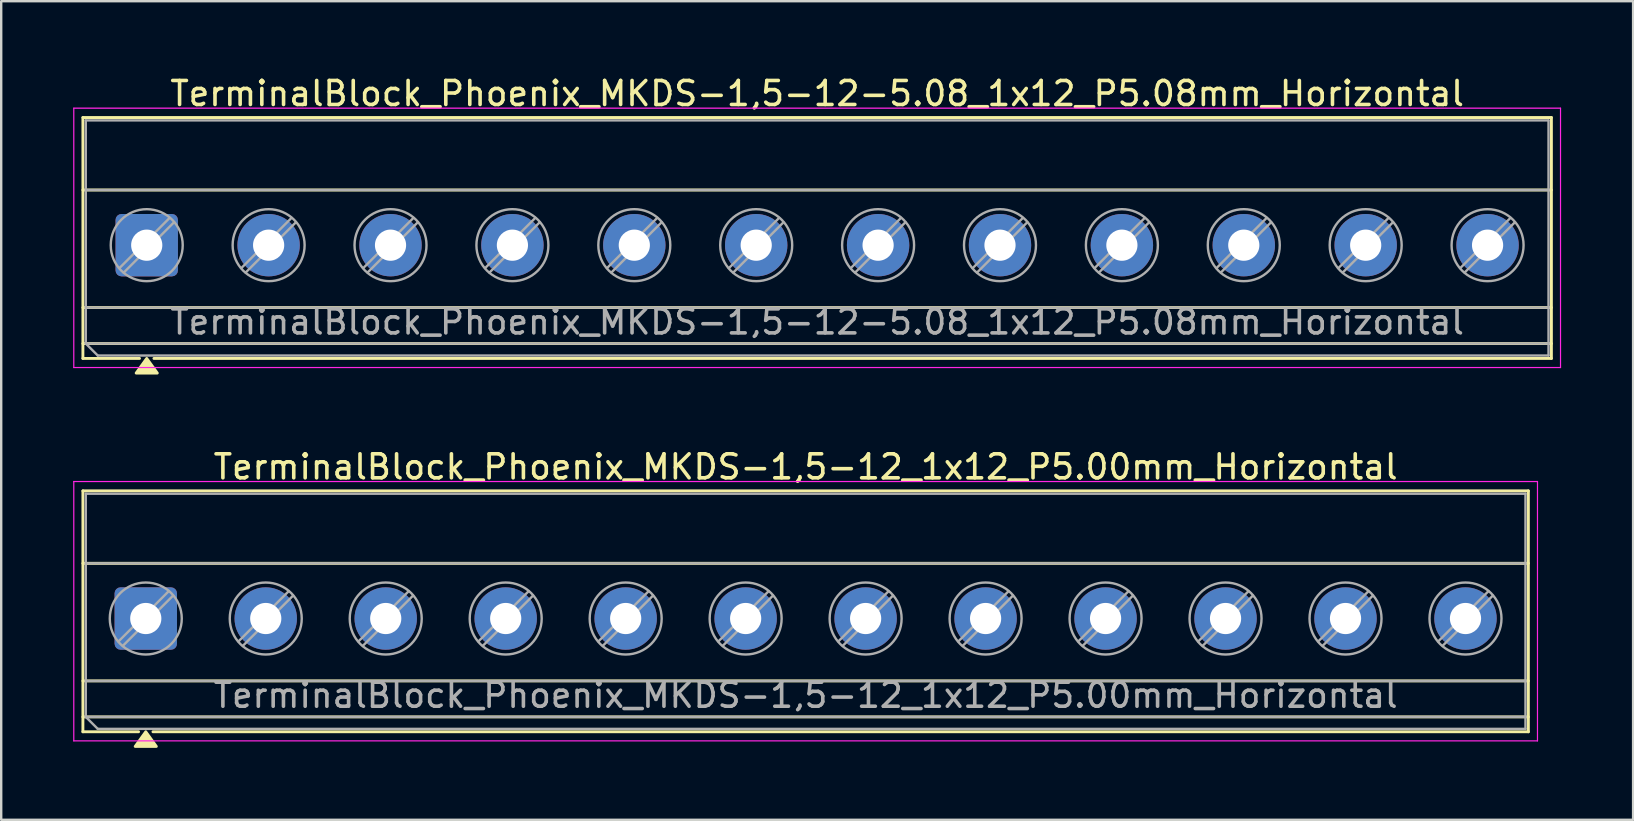
<source format=kicad_pcb>
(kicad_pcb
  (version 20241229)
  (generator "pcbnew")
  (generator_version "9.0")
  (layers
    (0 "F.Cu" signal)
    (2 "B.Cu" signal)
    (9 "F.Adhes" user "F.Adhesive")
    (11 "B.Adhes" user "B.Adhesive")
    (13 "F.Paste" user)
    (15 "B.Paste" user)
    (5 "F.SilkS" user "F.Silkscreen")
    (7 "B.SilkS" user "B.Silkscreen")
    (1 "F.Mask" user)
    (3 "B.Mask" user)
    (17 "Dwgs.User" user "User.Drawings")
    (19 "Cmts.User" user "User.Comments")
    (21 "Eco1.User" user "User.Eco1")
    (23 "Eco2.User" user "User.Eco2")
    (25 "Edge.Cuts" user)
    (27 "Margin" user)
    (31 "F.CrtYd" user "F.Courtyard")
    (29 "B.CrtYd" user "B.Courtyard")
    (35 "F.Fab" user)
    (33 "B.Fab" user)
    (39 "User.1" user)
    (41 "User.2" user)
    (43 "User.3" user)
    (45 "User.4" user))
  (footprint "TerminalBlock_Phoenix_MKDS-1,5-12_1x12_P5.00mm_Horizontal"
    (layer "F.Cu")
    (at 3.025 22.727)
    (property "Reference" "TerminalBlock_Phoenix_MKDS-1,5-12_1x12_P5.00mm_Horizontal" (at 27.5 -6.32 0) (layer "F.SilkS") (effects (font (size 1 1) (thickness 0.15))))
    (attr through_hole)
    (fp_line (start -2.62 -5.32) (end -2.62 4.72) (stroke (width 0.12) (type solid)) (layer "F.SilkS"))
    (fp_line (start -2.62 -5.32) (end 57.62 -5.32) (stroke (width 0.12) (type solid)) (layer "F.SilkS"))
    (fp_line (start -2.62 -2.3) (end 57.62 -2.3) (stroke (width 0.12) (type solid)) (layer "F.SilkS"))
    (fp_line (start -2.62 2.6) (end 57.62 2.6) (stroke (width 0.12) (type solid)) (layer "F.SilkS"))
    (fp_line (start -2.62 4.1) (end 57.62 4.1) (stroke (width 0.12) (type solid)) (layer "F.SilkS"))
    (fp_line (start -2.62 4.72) (end -0.3 4.72) (stroke (width 0.12) (type solid)) (layer "F.SilkS"))
    (fp_line (start 0.3 4.72) (end 57.62 4.72) (stroke (width 0.12) (type solid)) (layer "F.SilkS"))
    (fp_line (start 57.62 -5.32) (end 57.62 4.72) (stroke (width 0.12) (type solid)) (layer "F.SilkS"))
    (fp_poly (pts (xy 0 4.72) (xy 0.44 5.33) (xy -0.44 5.33)) (stroke (width 0.12) (type solid)) (fill yes) (layer "F.SilkS"))
    (fp_line (start -3 -5.71) (end -3 5.1) (stroke (width 0.05) (type solid)) (layer "F.CrtYd"))
    (fp_line (start -3 5.1) (end 58 5.1) (stroke (width 0.05) (type solid)) (layer "F.CrtYd"))
    (fp_line (start 58 -5.71) (end -3 -5.71) (stroke (width 0.05) (type solid)) (layer "F.CrtYd"))
    (fp_line (start 58 5.1) (end 58 -5.71) (stroke (width 0.05) (type solid)) (layer "F.CrtYd"))
    (fp_line (start -2.5 -5.2) (end 57.5 -5.2) (stroke (width 0.1) (type solid)) (layer "F.Fab"))
    (fp_line (start -2.5 -2.3) (end 57.5 -2.3) (stroke (width 0.1) (type solid)) (layer "F.Fab"))
    (fp_line (start -2.5 2.6) (end 57.5 2.6) (stroke (width 0.1) (type solid)) (layer "F.Fab"))
    (fp_line (start -2.5 4.1) (end -2.5 -5.2) (stroke (width 0.1) (type solid)) (layer "F.Fab"))
    (fp_line (start -2.5 4.1) (end 57.5 4.1) (stroke (width 0.1) (type solid)) (layer "F.Fab"))
    (fp_line (start -2 4.6) (end -2.5 4.1) (stroke (width 0.1) (type solid)) (layer "F.Fab"))
    (fp_line (start 0.955 -1.138) (end -1.138 0.955) (stroke (width 0.1) (type solid)) (layer "F.Fab"))
    (fp_line (start 1.138 -0.955) (end -0.955 1.138) (stroke (width 0.1) (type solid)) (layer "F.Fab"))
    (fp_line (start 5.955 -1.138) (end 3.862 0.955) (stroke (width 0.1) (type solid)) (layer "F.Fab"))
    (fp_line (start 6.138 -0.955) (end 4.045 1.138) (stroke (width 0.1) (type solid)) (layer "F.Fab"))
    (fp_line (start 10.955 -1.138) (end 8.862 0.955) (stroke (width 0.1) (type solid)) (layer "F.Fab"))
    (fp_line (start 11.138 -0.955) (end 9.045 1.138) (stroke (width 0.1) (type solid)) (layer "F.Fab"))
    (fp_line (start 15.955 -1.138) (end 13.862 0.955) (stroke (width 0.1) (type solid)) (layer "F.Fab"))
    (fp_line (start 16.138 -0.955) (end 14.045 1.138) (stroke (width 0.1) (type solid)) (layer "F.Fab"))
    (fp_line (start 20.955 -1.138) (end 18.862 0.955) (stroke (width 0.1) (type solid)) (layer "F.Fab"))
    (fp_line (start 21.138 -0.955) (end 19.045 1.138) (stroke (width 0.1) (type solid)) (layer "F.Fab"))
    (fp_line (start 25.955 -1.138) (end 23.862 0.955) (stroke (width 0.1) (type solid)) (layer "F.Fab"))
    (fp_line (start 26.138 -0.955) (end 24.045 1.138) (stroke (width 0.1) (type solid)) (layer "F.Fab"))
    (fp_line (start 30.955 -1.138) (end 28.862 0.955) (stroke (width 0.1) (type solid)) (layer "F.Fab"))
    (fp_line (start 31.138 -0.955) (end 29.045 1.138) (stroke (width 0.1) (type solid)) (layer "F.Fab"))
    (fp_line (start 35.955 -1.138) (end 33.862 0.955) (stroke (width 0.1) (type solid)) (layer "F.Fab"))
    (fp_line (start 36.138 -0.955) (end 34.045 1.138) (stroke (width 0.1) (type solid)) (layer "F.Fab"))
    (fp_line (start 40.955 -1.138) (end 38.862 0.955) (stroke (width 0.1) (type solid)) (layer "F.Fab"))
    (fp_line (start 41.138 -0.955) (end 39.045 1.138) (stroke (width 0.1) (type solid)) (layer "F.Fab"))
    (fp_line (start 45.955 -1.138) (end 43.862 0.955) (stroke (width 0.1) (type solid)) (layer "F.Fab"))
    (fp_line (start 46.138 -0.955) (end 44.045 1.138) (stroke (width 0.1) (type solid)) (layer "F.Fab"))
    (fp_line (start 50.955 -1.138) (end 48.862 0.955) (stroke (width 0.1) (type solid)) (layer "F.Fab"))
    (fp_line (start 51.138 -0.955) (end 49.045 1.138) (stroke (width 0.1) (type solid)) (layer "F.Fab"))
    (fp_line (start 55.955 -1.138) (end 53.862 0.955) (stroke (width 0.1) (type solid)) (layer "F.Fab"))
    (fp_line (start 56.138 -0.955) (end 54.045 1.138) (stroke (width 0.1) (type solid)) (layer "F.Fab"))
    (fp_line (start 57.5 -5.2) (end 57.5 4.6) (stroke (width 0.1) (type solid)) (layer "F.Fab"))
    (fp_line (start 57.5 4.6) (end -2 4.6) (stroke (width 0.1) (type solid)) (layer "F.Fab"))
    (fp_circle (center 0 0) (end 1.5 0) (stroke (width 0.1) (type solid)) (fill no) (layer "F.Fab"))
    (fp_circle (center 5 0) (end 6.5 0) (stroke (width 0.1) (type solid)) (fill no) (layer "F.Fab"))
    (fp_circle (center 10 0) (end 11.5 0) (stroke (width 0.1) (type solid)) (fill no) (layer "F.Fab"))
    (fp_circle (center 15 0) (end 16.5 0) (stroke (width 0.1) (type solid)) (fill no) (layer "F.Fab"))
    (fp_circle (center 20 0) (end 21.5 0) (stroke (width 0.1) (type solid)) (fill no) (layer "F.Fab"))
    (fp_circle (center 25 0) (end 26.5 0) (stroke (width 0.1) (type solid)) (fill no) (layer "F.Fab"))
    (fp_circle (center 30 0) (end 31.5 0) (stroke (width 0.1) (type solid)) (fill no) (layer "F.Fab"))
    (fp_circle (center 35 0) (end 36.5 0) (stroke (width 0.1) (type solid)) (fill no) (layer "F.Fab"))
    (fp_circle (center 40 0) (end 41.5 0) (stroke (width 0.1) (type solid)) (fill no) (layer "F.Fab"))
    (fp_circle (center 45 0) (end 46.5 0) (stroke (width 0.1) (type solid)) (fill no) (layer "F.Fab"))
    (fp_circle (center 50 0) (end 51.5 0) (stroke (width 0.1) (type solid)) (fill no) (layer "F.Fab"))
    (fp_circle (center 55 0) (end 56.5 0) (stroke (width 0.1) (type solid)) (fill no) (layer "F.Fab"))
    (fp_text user "${REFERENCE}" (at 27.5 3.2 0) (layer "F.Fab") (effects (font (size 1 1) (thickness 0.15))))
    (pad "1" thru_hole roundrect (at 0 0) (size 2.6 2.6) (drill 1.3) (layers "*.Cu" "*.Mask") (roundrect_rratio 0.096))
    (pad "2" thru_hole circle (at 5 0) (size 2.6 2.6) (drill 1.3) (layers "*.Cu" "*.Mask"))
    (pad "3" thru_hole circle (at 10 0) (size 2.6 2.6) (drill 1.3) (layers "*.Cu" "*.Mask"))
    (pad "4" thru_hole circle (at 15 0) (size 2.6 2.6) (drill 1.3) (layers "*.Cu" "*.Mask"))
    (pad "5" thru_hole circle (at 20 0) (size 2.6 2.6) (drill 1.3) (layers "*.Cu" "*.Mask"))
    (pad "6" thru_hole circle (at 25 0) (size 2.6 2.6) (drill 1.3) (layers "*.Cu" "*.Mask"))
    (pad "7" thru_hole circle (at 30 0) (size 2.6 2.6) (drill 1.3) (layers "*.Cu" "*.Mask"))
    (pad "8" thru_hole circle (at 35 0) (size 2.6 2.6) (drill 1.3) (layers "*.Cu" "*.Mask"))
    (pad "9" thru_hole circle (at 40 0) (size 2.6 2.6) (drill 1.3) (layers "*.Cu" "*.Mask"))
    (pad "10" thru_hole circle (at 45 0) (size 2.6 2.6) (drill 1.3) (layers "*.Cu" "*.Mask"))
    (pad "11" thru_hole circle (at 50 0) (size 2.6 2.6) (drill 1.3) (layers "*.Cu" "*.Mask"))
    (pad "12" thru_hole circle (at 55 0) (size 2.6 2.6) (drill 1.3) (layers "*.Cu" "*.Mask")))
  (footprint "TerminalBlock_Phoenix_MKDS-1,5-12-5.08_1x12_P5.08mm_Horizontal"
    (layer "F.Cu")
    (at 3.065 7.168)
    (property "Reference" "TerminalBlock_Phoenix_MKDS-1,5-12-5.08_1x12_P5.08mm_Horizontal" (at 27.94 -6.32 0) (layer "F.SilkS") (effects (font (size 1 1) (thickness 0.15))))
    (attr through_hole)
    (fp_line (start -2.66 -5.32) (end -2.66 4.72) (stroke (width 0.12) (type solid)) (layer "F.SilkS"))
    (fp_line (start -2.66 -5.32) (end 58.54 -5.32) (stroke (width 0.12) (type solid)) (layer "F.SilkS"))
    (fp_line (start -2.66 -2.3) (end 58.54 -2.3) (stroke (width 0.12) (type solid)) (layer "F.SilkS"))
    (fp_line (start -2.66 2.6) (end 58.54 2.6) (stroke (width 0.12) (type solid)) (layer "F.SilkS"))
    (fp_line (start -2.66 4.1) (end 58.54 4.1) (stroke (width 0.12) (type solid)) (layer "F.SilkS"))
    (fp_line (start -2.66 4.72) (end -0.3 4.72) (stroke (width 0.12) (type solid)) (layer "F.SilkS"))
    (fp_line (start 0.3 4.72) (end 58.54 4.72) (stroke (width 0.12) (type solid)) (layer "F.SilkS"))
    (fp_line (start 58.54 -5.32) (end 58.54 4.72) (stroke (width 0.12) (type solid)) (layer "F.SilkS"))
    (fp_poly (pts (xy 0 4.72) (xy 0.44 5.33) (xy -0.44 5.33)) (stroke (width 0.12) (type solid)) (fill yes) (layer "F.SilkS"))
    (fp_line (start -3.04 -5.71) (end -3.04 5.1) (stroke (width 0.05) (type solid)) (layer "F.CrtYd"))
    (fp_line (start -3.04 5.1) (end 58.92 5.1) (stroke (width 0.05) (type solid)) (layer "F.CrtYd"))
    (fp_line (start 58.92 -5.71) (end -3.04 -5.71) (stroke (width 0.05) (type solid)) (layer "F.CrtYd"))
    (fp_line (start 58.92 5.1) (end 58.92 -5.71) (stroke (width 0.05) (type solid)) (layer "F.CrtYd"))
    (fp_line (start -2.54 -5.2) (end 58.42 -5.2) (stroke (width 0.1) (type solid)) (layer "F.Fab"))
    (fp_line (start -2.54 -2.3) (end 58.42 -2.3) (stroke (width 0.1) (type solid)) (layer "F.Fab"))
    (fp_line (start -2.54 2.6) (end 58.42 2.6) (stroke (width 0.1) (type solid)) (layer "F.Fab"))
    (fp_line (start -2.54 4.1) (end -2.54 -5.2) (stroke (width 0.1) (type solid)) (layer "F.Fab"))
    (fp_line (start -2.54 4.1) (end 58.42 4.1) (stroke (width 0.1) (type solid)) (layer "F.Fab"))
    (fp_line (start -2.04 4.6) (end -2.54 4.1) (stroke (width 0.1) (type solid)) (layer "F.Fab"))
    (fp_line (start 0.955 -1.138) (end -1.138 0.955) (stroke (width 0.1) (type solid)) (layer "F.Fab"))
    (fp_line (start 1.138 -0.955) (end -0.955 1.138) (stroke (width 0.1) (type solid)) (layer "F.Fab"))
    (fp_line (start 6.035 -1.138) (end 3.942 0.955) (stroke (width 0.1) (type solid)) (layer "F.Fab"))
    (fp_line (start 6.218 -0.955) (end 4.125 1.138) (stroke (width 0.1) (type solid)) (layer "F.Fab"))
    (fp_line (start 11.115 -1.138) (end 9.022 0.955) (stroke (width 0.1) (type solid)) (layer "F.Fab"))
    (fp_line (start 11.298 -0.955) (end 9.205 1.138) (stroke (width 0.1) (type solid)) (layer "F.Fab"))
    (fp_line (start 16.195 -1.138) (end 14.102 0.955) (stroke (width 0.1) (type solid)) (layer "F.Fab"))
    (fp_line (start 16.378 -0.955) (end 14.285 1.138) (stroke (width 0.1) (type solid)) (layer "F.Fab"))
    (fp_line (start 21.275 -1.138) (end 19.182 0.955) (stroke (width 0.1) (type solid)) (layer "F.Fab"))
    (fp_line (start 21.458 -0.955) (end 19.365 1.138) (stroke (width 0.1) (type solid)) (layer "F.Fab"))
    (fp_line (start 26.355 -1.138) (end 24.262 0.955) (stroke (width 0.1) (type solid)) (layer "F.Fab"))
    (fp_line (start 26.538 -0.955) (end 24.445 1.138) (stroke (width 0.1) (type solid)) (layer "F.Fab"))
    (fp_line (start 31.435 -1.138) (end 29.342 0.955) (stroke (width 0.1) (type solid)) (layer "F.Fab"))
    (fp_line (start 31.618 -0.955) (end 29.525 1.138) (stroke (width 0.1) (type solid)) (layer "F.Fab"))
    (fp_line (start 36.515 -1.138) (end 34.422 0.955) (stroke (width 0.1) (type solid)) (layer "F.Fab"))
    (fp_line (start 36.698 -0.955) (end 34.605 1.138) (stroke (width 0.1) (type solid)) (layer "F.Fab"))
    (fp_line (start 41.595 -1.138) (end 39.502 0.955) (stroke (width 0.1) (type solid)) (layer "F.Fab"))
    (fp_line (start 41.778 -0.955) (end 39.685 1.138) (stroke (width 0.1) (type solid)) (layer "F.Fab"))
    (fp_line (start 46.675 -1.138) (end 44.582 0.955) (stroke (width 0.1) (type solid)) (layer "F.Fab"))
    (fp_line (start 46.858 -0.955) (end 44.765 1.138) (stroke (width 0.1) (type solid)) (layer "F.Fab"))
    (fp_line (start 51.755 -1.138) (end 49.662 0.955) (stroke (width 0.1) (type solid)) (layer "F.Fab"))
    (fp_line (start 51.938 -0.955) (end 49.845 1.138) (stroke (width 0.1) (type solid)) (layer "F.Fab"))
    (fp_line (start 56.835 -1.138) (end 54.742 0.955) (stroke (width 0.1) (type solid)) (layer "F.Fab"))
    (fp_line (start 57.018 -0.955) (end 54.925 1.138) (stroke (width 0.1) (type solid)) (layer "F.Fab"))
    (fp_line (start 58.42 -5.2) (end 58.42 4.6) (stroke (width 0.1) (type solid)) (layer "F.Fab"))
    (fp_line (start 58.42 4.6) (end -2.04 4.6) (stroke (width 0.1) (type solid)) (layer "F.Fab"))
    (fp_circle (center 0 0) (end 1.5 0) (stroke (width 0.1) (type solid)) (fill no) (layer "F.Fab"))
    (fp_circle (center 5.08 0) (end 6.58 0) (stroke (width 0.1) (type solid)) (fill no) (layer "F.Fab"))
    (fp_circle (center 10.16 0) (end 11.66 0) (stroke (width 0.1) (type solid)) (fill no) (layer "F.Fab"))
    (fp_circle (center 15.24 0) (end 16.74 0) (stroke (width 0.1) (type solid)) (fill no) (layer "F.Fab"))
    (fp_circle (center 20.32 0) (end 21.82 0) (stroke (width 0.1) (type solid)) (fill no) (layer "F.Fab"))
    (fp_circle (center 25.4 0) (end 26.9 0) (stroke (width 0.1) (type solid)) (fill no) (layer "F.Fab"))
    (fp_circle (center 30.48 0) (end 31.98 0) (stroke (width 0.1) (type solid)) (fill no) (layer "F.Fab"))
    (fp_circle (center 35.56 0) (end 37.06 0) (stroke (width 0.1) (type solid)) (fill no) (layer "F.Fab"))
    (fp_circle (center 40.64 0) (end 42.14 0) (stroke (width 0.1) (type solid)) (fill no) (layer "F.Fab"))
    (fp_circle (center 45.72 0) (end 47.22 0) (stroke (width 0.1) (type solid)) (fill no) (layer "F.Fab"))
    (fp_circle (center 50.8 0) (end 52.3 0) (stroke (width 0.1) (type solid)) (fill no) (layer "F.Fab"))
    (fp_circle (center 55.88 0) (end 57.38 0) (stroke (width 0.1) (type solid)) (fill no) (layer "F.Fab"))
    (fp_text user "${REFERENCE}" (at 27.94 3.2 0) (layer "F.Fab") (effects (font (size 1 1) (thickness 0.15))))
    (pad "1" thru_hole roundrect (at 0 0) (size 2.6 2.6) (drill 1.3) (layers "*.Cu" "*.Mask") (roundrect_rratio 0.096))
    (pad "2" thru_hole circle (at 5.08 0) (size 2.6 2.6) (drill 1.3) (layers "*.Cu" "*.Mask"))
    (pad "3" thru_hole circle (at 10.16 0) (size 2.6 2.6) (drill 1.3) (layers "*.Cu" "*.Mask"))
    (pad "4" thru_hole circle (at 15.24 0) (size 2.6 2.6) (drill 1.3) (layers "*.Cu" "*.Mask"))
    (pad "5" thru_hole circle (at 20.32 0) (size 2.6 2.6) (drill 1.3) (layers "*.Cu" "*.Mask"))
    (pad "6" thru_hole circle (at 25.4 0) (size 2.6 2.6) (drill 1.3) (layers "*.Cu" "*.Mask"))
    (pad "7" thru_hole circle (at 30.48 0) (size 2.6 2.6) (drill 1.3) (layers "*.Cu" "*.Mask"))
    (pad "8" thru_hole circle (at 35.56 0) (size 2.6 2.6) (drill 1.3) (layers "*.Cu" "*.Mask"))
    (pad "9" thru_hole circle (at 40.64 0) (size 2.6 2.6) (drill 1.3) (layers "*.Cu" "*.Mask"))
    (pad "10" thru_hole circle (at 45.72 0) (size 2.6 2.6) (drill 1.3) (layers "*.Cu" "*.Mask"))
    (pad "11" thru_hole circle (at 50.8 0) (size 2.6 2.6) (drill 1.3) (layers "*.Cu" "*.Mask"))
    (pad "12" thru_hole circle (at 55.88 0) (size 2.6 2.6) (drill 1.3) (layers "*.Cu" "*.Mask")))
  (gr_rect
    (start -3 -3)
    (end 65.01 31.116)
    (stroke (width 0.1) (type default))
    (fill no)
    (layer "Edge.Cuts")))
</source>
